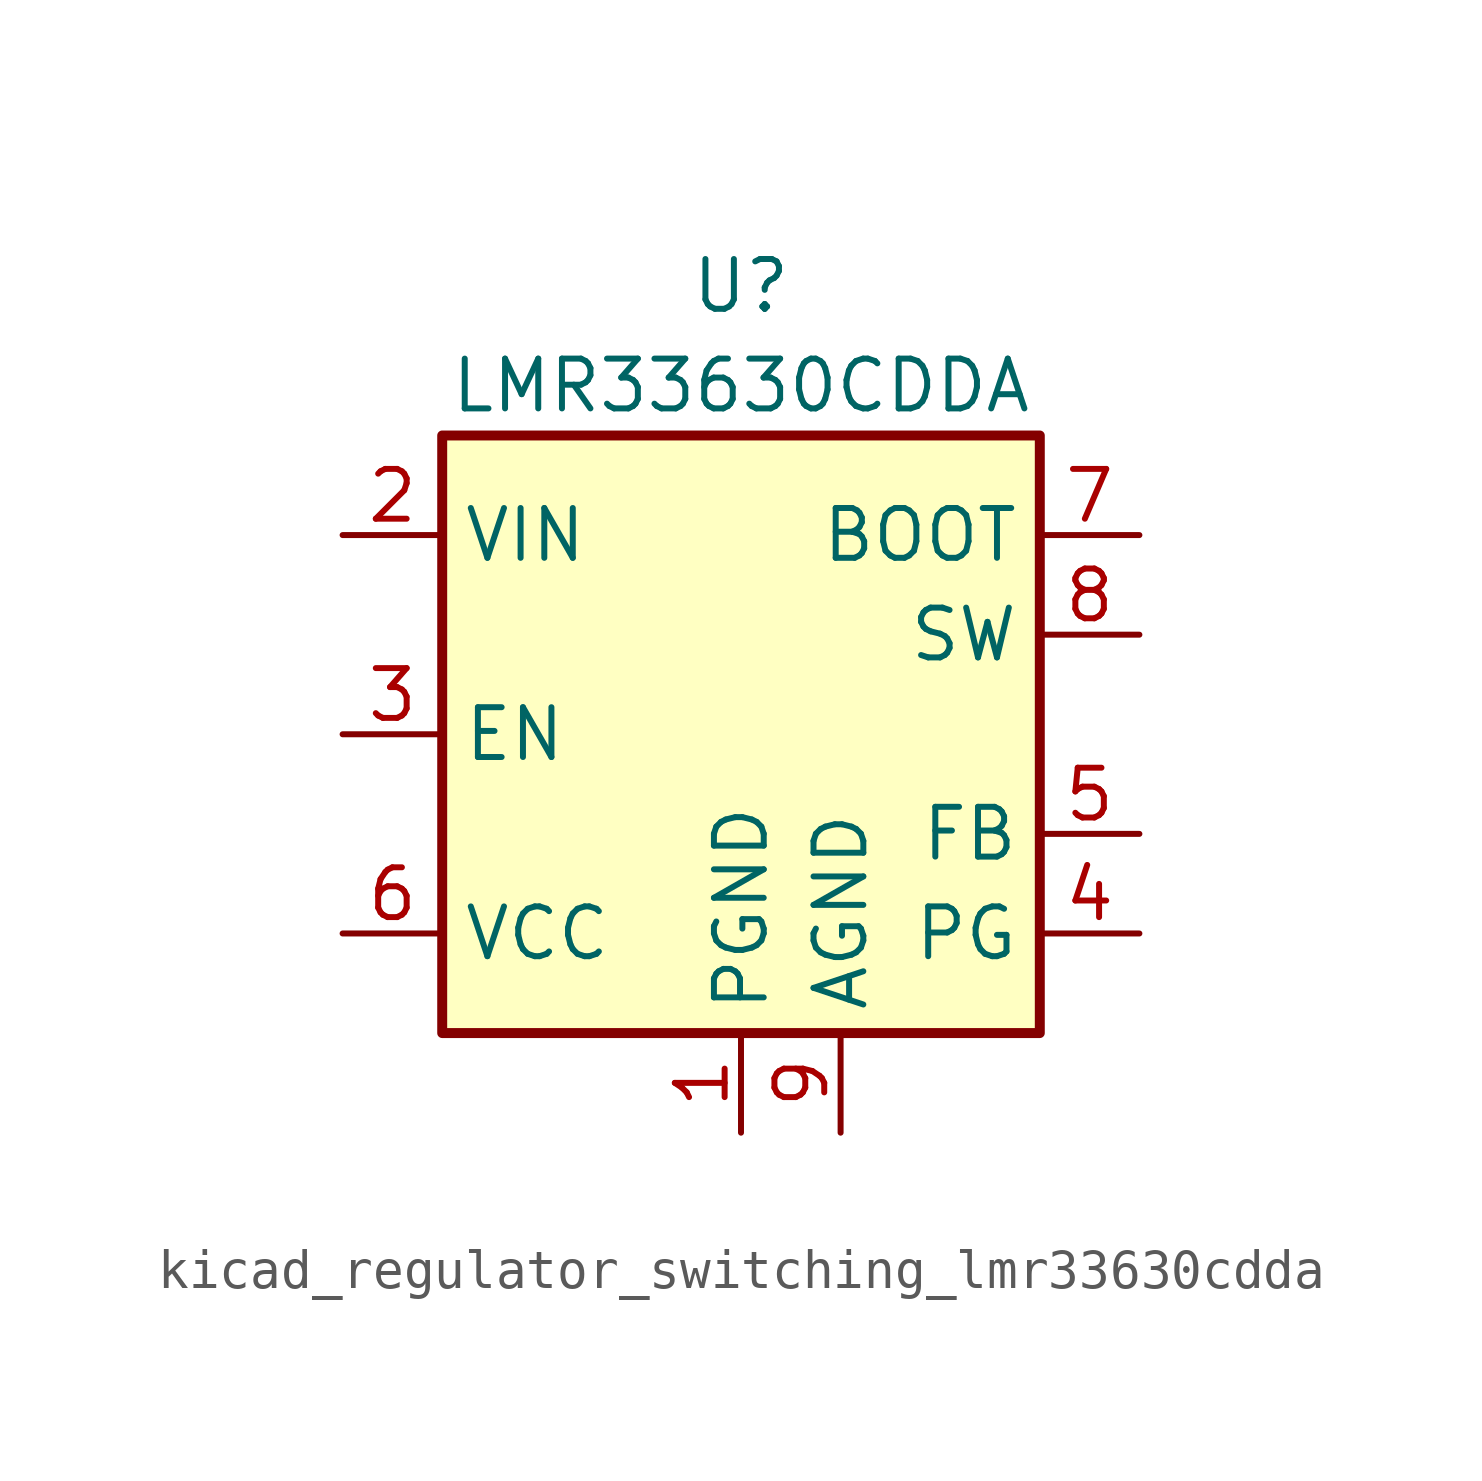
<source format=kicad_sym>
(kicad_symbol_lib
  (version 20220914)
  (generator kicad_symbol_editor)
  (symbol "kicad_regulator_switching_lmr33630cdda"
    (property "Reference" "U"
      (at 0 11.43 0)
      (effects (font (size 1.27 1.27))))
    (property "Value" "LMR33630CDDA"
      (at 0 8.89 0)
      (effects (font (size 1.27 1.27))))
    (symbol "kicad_regulator_switching_lmr33630cdda_0_1"
      (rectangle (start -7.62 7.62) (end 7.62 -7.62) (stroke (width 0.254) (type default)) (fill (type background))))
    (symbol "kicad_regulator_switching_lmr33630cdda_1_1"
      (pin power_in line (at 0 -10.16 90) (length 2.54) (name "PGND" (effects (font (size 1.27 1.27)))) (number "1" (effects (font (size 1.27 1.27)))))
      (pin power_in line (at -10.16 5.08 0) (length 2.54) (name "VIN" (effects (font (size 1.27 1.27)))) (number "2" (effects (font (size 1.27 1.27)))))
      (pin input line (at -10.16 0 0) (length 2.54) (name "EN" (effects (font (size 1.27 1.27)))) (number "3" (effects (font (size 1.27 1.27)))))
      (pin open_collector line (at 10.16 -5.08 180) (length 2.54) (name "PG" (effects (font (size 1.27 1.27)))) (number "4" (effects (font (size 1.27 1.27)))))
      (pin input line (at 10.16 -2.54 180) (length 2.54) (name "FB" (effects (font (size 1.27 1.27)))) (number "5" (effects (font (size 1.27 1.27)))))
      (pin power_out line (at -10.16 -5.08 0) (length 2.54) (name "VCC" (effects (font (size 1.27 1.27)))) (number "6" (effects (font (size 1.27 1.27)))))
      (pin input line (at 10.16 5.08 180) (length 2.54) (name "BOOT" (effects (font (size 1.27 1.27)))) (number "7" (effects (font (size 1.27 1.27)))))
      (pin output line (at 10.16 2.54 180) (length 2.54) (name "SW" (effects (font (size 1.27 1.27)))) (number "8" (effects (font (size 1.27 1.27)))))
      (pin power_in line (at 2.54 -10.16 90) (length 2.54) (name "AGND" (effects (font (size 1.27 1.27)))) (number "9" (effects (font (size 1.27 1.27))))))))
</source>
